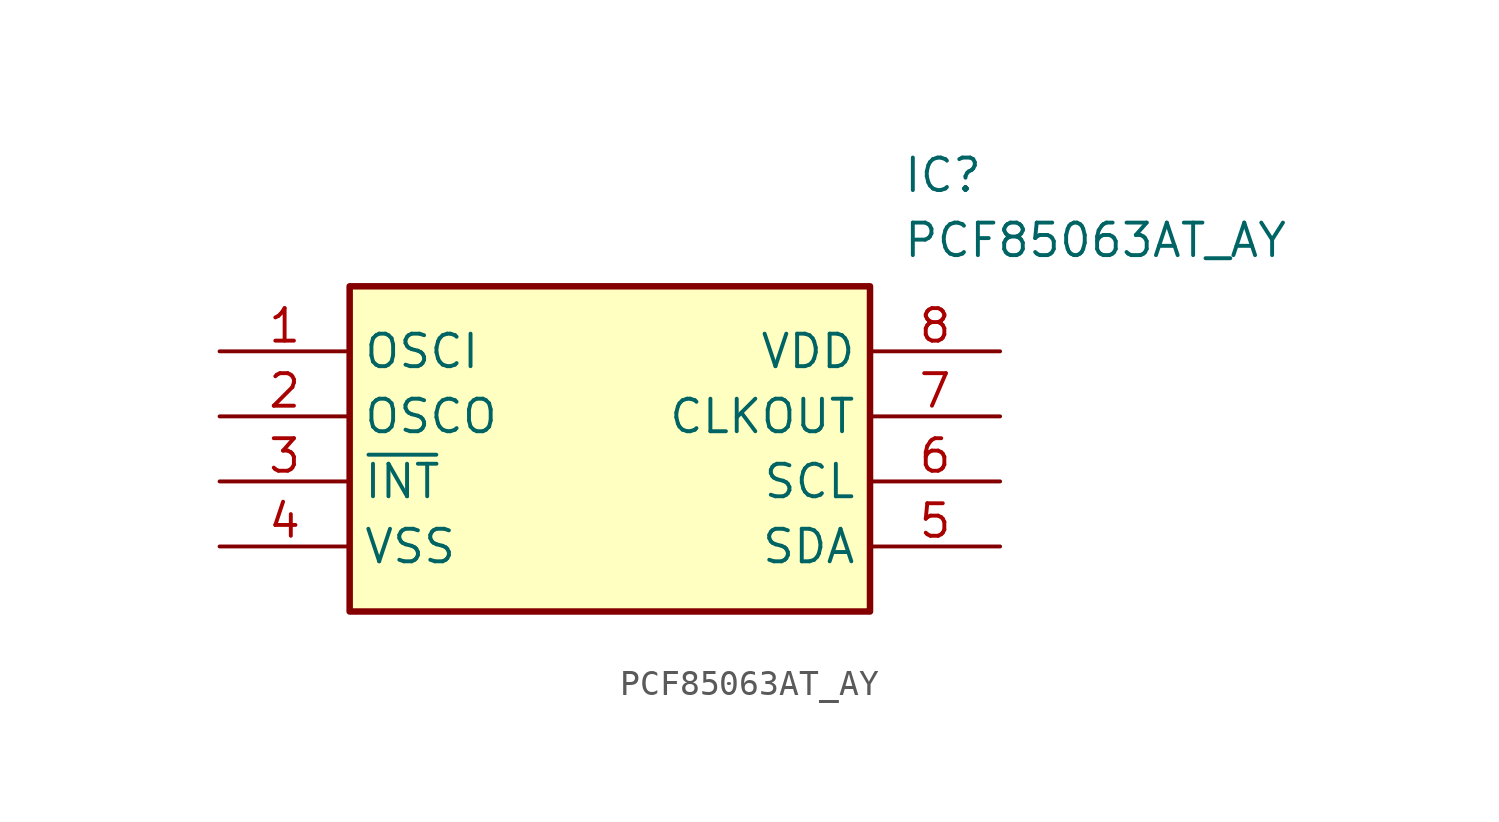
<source format=kicad_sym>
(kicad_symbol_lib
  (version 20211014)
  (generator SamacSys_ECAD_Model)
  (symbol "PCF85063AT_AY"
    (property "Reference" "IC"
      (at 26.67 7.62 0)
      (effects (font (size 1.27 1.27)) (justify left top)))
    (property "Value" "PCF85063AT_AY"
      (at 26.67 5.08 0)
      (effects (font (size 1.27 1.27)) (justify left top)))
    (rectangle
      (start 5.08 2.54)
      (end 25.4 -10.16)
      (stroke (width 0.254) (type default))
      (fill (type background)))
    (pin passive line
      (at 0 0 0)
      (length 5.08)
      (name "OSCI" (effects (font (size 1.27 1.27))))
      (number "1" (effects (font (size 1.27 1.27)))))
    (pin passive line
      (at 0 -2.54 0)
      (length 5.08)
      (name "OSCO" (effects (font (size 1.27 1.27))))
      (number "2" (effects (font (size 1.27 1.27)))))
    (pin passive line
      (at 0 -5.08 0)
      (length 5.08)
      (name "~{INT}" (effects (font (size 1.27 1.27))))
      (number "3" (effects (font (size 1.27 1.27)))))
    (pin passive line
      (at 0 -7.62 0)
      (length 5.08)
      (name "VSS" (effects (font (size 1.27 1.27))))
      (number "4" (effects (font (size 1.27 1.27)))))
    (pin passive line
      (at 30.48 0 180)
      (length 5.08)
      (name "VDD" (effects (font (size 1.27 1.27))))
      (number "8" (effects (font (size 1.27 1.27)))))
    (pin passive line
      (at 30.48 -2.54 180)
      (length 5.08)
      (name "CLKOUT" (effects (font (size 1.27 1.27))))
      (number "7" (effects (font (size 1.27 1.27)))))
    (pin passive line
      (at 30.48 -5.08 180)
      (length 5.08)
      (name "SCL" (effects (font (size 1.27 1.27))))
      (number "6" (effects (font (size 1.27 1.27)))))
    (pin passive line
      (at 30.48 -7.62 180)
      (length 5.08)
      (name "SDA" (effects (font (size 1.27 1.27))))
      (number "5" (effects (font (size 1.27 1.27)))))))
</source>
